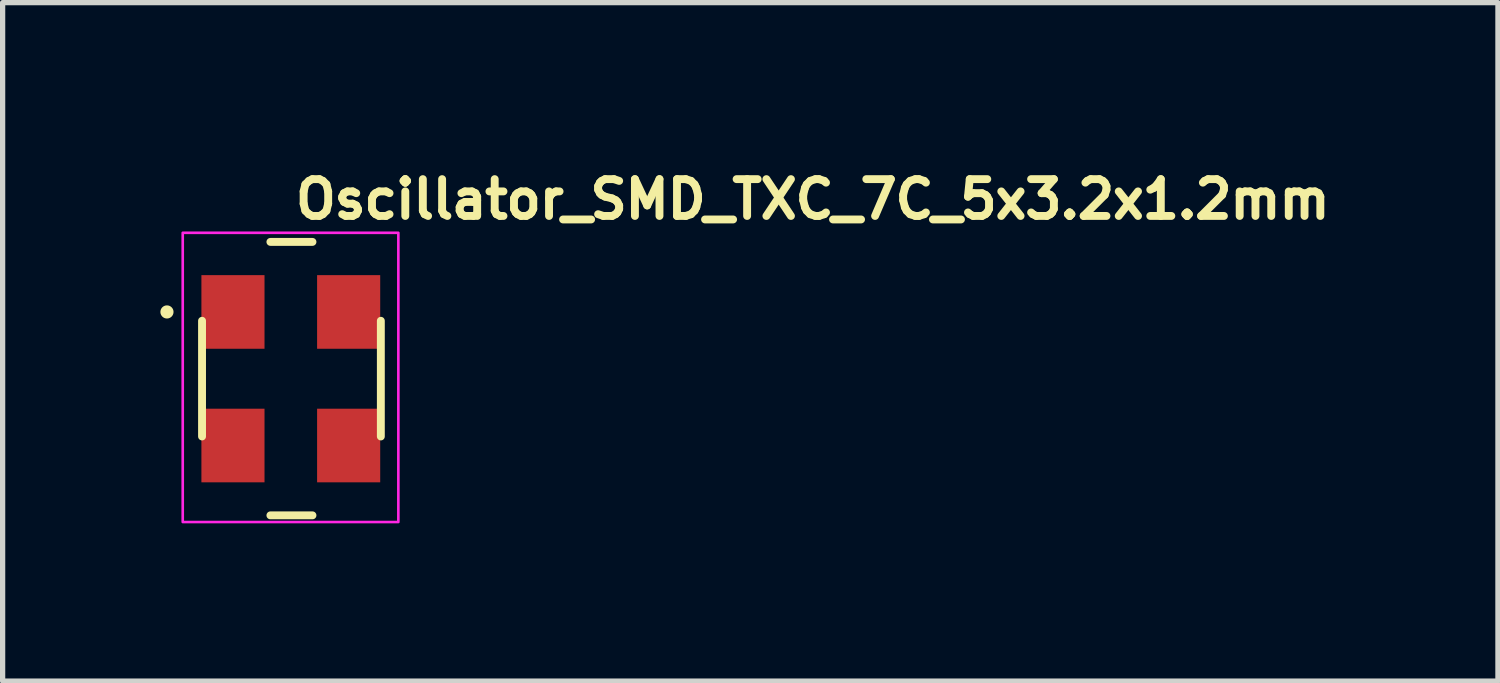
<source format=kicad_pcb>
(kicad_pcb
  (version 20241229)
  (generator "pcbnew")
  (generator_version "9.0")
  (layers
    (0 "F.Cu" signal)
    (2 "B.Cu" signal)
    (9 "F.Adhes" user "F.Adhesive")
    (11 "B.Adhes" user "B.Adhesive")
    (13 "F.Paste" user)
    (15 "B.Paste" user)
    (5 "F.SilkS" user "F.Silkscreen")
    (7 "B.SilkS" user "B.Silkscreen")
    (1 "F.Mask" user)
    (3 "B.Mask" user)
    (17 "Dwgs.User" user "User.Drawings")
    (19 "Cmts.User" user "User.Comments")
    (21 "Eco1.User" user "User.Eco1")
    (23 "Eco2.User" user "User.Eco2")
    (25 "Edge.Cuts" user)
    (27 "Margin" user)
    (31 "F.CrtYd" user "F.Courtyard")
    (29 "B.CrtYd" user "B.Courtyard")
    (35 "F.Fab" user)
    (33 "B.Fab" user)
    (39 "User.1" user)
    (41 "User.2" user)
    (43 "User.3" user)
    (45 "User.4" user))
  (footprint "Oscillator_SMD_TXC_7C_5x3.2x1.2mm"
    (layer "F.Cu")
    (at 2.465 4.127)
    (property "Reference" "Oscillator_SMD_TXC_7C_5x3.2x1.2mm" (at 0.027 -2.977 180) (layer "F.SilkS") (effects (font (size 0.7 0.7) (thickness 0.15)) (justify left bottom)))
    (attr smd)
    (fp_line (start -1.673 1.123) (end -1.673 -1.077) (stroke (width 0.15) (type solid)) (layer "F.SilkS"))
    (fp_line (start -0.373 -2.577) (end 0.427 -2.577) (stroke (width 0.15) (type solid)) (layer "F.SilkS"))
    (fp_line (start -0.373 2.623) (end 0.427 2.623) (stroke (width 0.15) (type solid)) (layer "F.SilkS"))
    (fp_line (start 1.727 1.123) (end 1.727 -1.077) (stroke (width 0.15) (type solid)) (layer "F.SilkS"))
    (fp_circle (center -2.34 -1.245) (end -2.29 -1.245) (stroke (width 0.15) (type solid)) (fill yes) (layer "F.SilkS"))
    (fp_rect (start -2.04 -2.75) (end 2.06 2.75) (stroke (width 0.05) (type solid)) (fill no) (layer "F.CrtYd"))
    (fp_rect (start -1.6 -2.5) (end 1.6 2.5) (stroke (width 0.1) (type solid)) (fill no) (layer "User.5"))
    (fp_line (start -1.6 -2.25) (end -1.586 -2.251) (stroke (width 0.02) (type solid)) (layer "User.9"))
    (fp_line (start -1.6 -1.569) (end -1.6 -2.25) (stroke (width 0.02) (type solid)) (layer "User.9"))
    (fp_line (start -1.6 -1.569) (end -1.596 -1.532) (stroke (width 0.02) (type solid)) (layer "User.9"))
    (fp_line (start -1.6 -1.569) (end -1.581 -1.377) (stroke (width 0.02) (type solid)) (layer "User.9"))
    (fp_line (start -1.6 -0.871) (end -1.6 -0.872) (stroke (width 0.02) (type solid)) (layer "User.9"))
    (fp_line (start -1.6 0.881) (end -1.6 -0.871) (stroke (width 0.02) (type solid)) (layer "User.9"))
    (fp_line (start -1.6 0.881) (end -1.588 0.998) (stroke (width 0.02) (type solid)) (layer "User.9"))
    (fp_line (start -1.6 1.579) (end -1.583 1.407) (stroke (width 0.02) (type solid)) (layer "User.9"))
    (fp_line (start -1.6 1.579) (end -1.583 1.407) (stroke (width 0.02) (type solid)) (layer "User.9"))
    (fp_line (start -1.6 2.25) (end -1.6 1.579) (stroke (width 0.02) (type solid)) (layer "User.9"))
    (fp_line (start -1.596 -1.532) (end -1.592 -1.495) (stroke (width 0.02) (type solid)) (layer "User.9"))
    (fp_line (start -1.596 -1.53) (end -1.598 -1.549) (stroke (width 0.02) (type solid)) (layer "User.9"))
    (fp_line (start -1.592 -1.496) (end -1.596 -1.53) (stroke (width 0.02) (type solid)) (layer "User.9"))
    (fp_line (start -1.592 -1.495) (end -1.588 -1.46) (stroke (width 0.02) (type solid)) (layer "User.9"))
    (fp_line (start -1.588 -1.462) (end -1.592 -1.496) (stroke (width 0.02) (type solid)) (layer "User.9"))
    (fp_line (start -1.588 -1.46) (end -1.585 -1.426) (stroke (width 0.02) (type solid)) (layer "User.9"))
    (fp_line (start -1.588 -0.988) (end -1.6 -0.871) (stroke (width 0.02) (type solid)) (layer "User.9"))
    (fp_line (start -1.588 0.998) (end -1.579 1.094) (stroke (width 0.02) (type solid)) (layer "User.9"))
    (fp_line (start -1.586 -2.251) (end -1.572 -2.252) (stroke (width 0.02) (type solid)) (layer "User.9"))
    (fp_line (start -1.586 2.25) (end -1.6 2.25) (stroke (width 0.02) (type solid)) (layer "User.9"))
    (fp_line (start -1.585 -1.43) (end -1.588 -1.462) (stroke (width 0.02) (type solid)) (layer "User.9"))
    (fp_line (start -1.585 -1.426) (end -1.582 -1.394) (stroke (width 0.02) (type solid)) (layer "User.9"))
    (fp_line (start -1.583 1.407) (end -1.6 1.579) (stroke (width 0.02) (type solid)) (layer "User.9"))
    (fp_line (start -1.583 1.407) (end -1.575 1.284) (stroke (width 0.02) (type solid)) (layer "User.9"))
    (fp_line (start -1.583 1.407) (end -1.575 1.284) (stroke (width 0.02) (type solid)) (layer "User.9"))
    (fp_line (start -1.582 -1.396) (end -1.585 -1.43) (stroke (width 0.02) (type solid)) (layer "User.9"))
    (fp_line (start -1.582 -1.394) (end -1.58 -1.362) (stroke (width 0.02) (type solid)) (layer "User.9"))
    (fp_line (start -1.581 -1.377) (end -1.576 -1.306) (stroke (width 0.02) (type solid)) (layer "User.9"))
    (fp_line (start -1.581 1.382) (end -1.6 1.579) (stroke (width 0.02) (type solid)) (layer "User.9"))
    (fp_line (start -1.58 -1.368) (end -1.58 -1.372) (stroke (width 0.02) (type solid)) (layer "User.9"))
    (fp_line (start -1.58 -1.365) (end -1.582 -1.396) (stroke (width 0.02) (type solid)) (layer "User.9"))
    (fp_line (start -1.58 -1.362) (end -1.579 -1.355) (stroke (width 0.02) (type solid)) (layer "User.9"))
    (fp_line (start -1.579 -1.357) (end -1.58 -1.365) (stroke (width 0.02) (type solid)) (layer "User.9"))
    (fp_line (start -1.579 -1.085) (end -1.588 -0.988) (stroke (width 0.02) (type solid)) (layer "User.9"))
    (fp_line (start -1.579 1.094) (end -1.575 1.174) (stroke (width 0.02) (type solid)) (layer "User.9"))
    (fp_line (start -1.578 -1.343) (end -1.577 -1.328) (stroke (width 0.02) (type solid)) (layer "User.9"))
    (fp_line (start -1.578 -1.337) (end -1.578 -1.339) (stroke (width 0.02) (type solid)) (layer "User.9"))
    (fp_line (start -1.578 -1.333) (end -1.578 -1.342) (stroke (width 0.02) (type solid)) (layer "User.9"))
    (fp_line (start -1.577 -1.328) (end -1.577 -1.316) (stroke (width 0.02) (type solid)) (layer "User.9"))
    (fp_line (start -1.577 -1.316) (end -1.578 -1.333) (stroke (width 0.02) (type solid)) (layer "User.9"))
    (fp_line (start -1.577 -1.316) (end -1.577 -1.316) (stroke (width 0.02) (type solid)) (layer "User.9"))
    (fp_line (start -1.576 -1.306) (end -1.574 -1.238) (stroke (width 0.02) (type solid)) (layer "User.9"))
    (fp_line (start -1.576 1.311) (end -1.581 1.382) (stroke (width 0.02) (type solid)) (layer "User.9"))
    (fp_line (start -1.575 -1.166) (end -1.579 -1.085) (stroke (width 0.02) (type solid)) (layer "User.9"))
    (fp_line (start -1.575 1.174) (end -1.574 1.244) (stroke (width 0.02) (type solid)) (layer "User.9"))
    (fp_line (start -1.575 1.284) (end -1.583 1.407) (stroke (width 0.02) (type solid)) (layer "User.9"))
    (fp_line (start -1.574 -1.238) (end -1.575 -1.166) (stroke (width 0.02) (type solid)) (layer "User.9"))
    (fp_line (start -1.574 1.244) (end -1.576 1.311) (stroke (width 0.02) (type solid)) (layer "User.9"))
    (fp_line (start -1.572 -2.252) (end -1.558 -2.254) (stroke (width 0.02) (type solid)) (layer "User.9"))
    (fp_line (start -1.572 2.251) (end -1.586 2.25) (stroke (width 0.02) (type solid)) (layer "User.9"))
    (fp_line (start -1.558 -2.254) (end -1.544 -2.256) (stroke (width 0.02) (type solid)) (layer "User.9"))
    (fp_line (start -1.558 2.253) (end -1.572 2.251) (stroke (width 0.02) (type solid)) (layer "User.9"))
    (fp_line (start -1.544 -2.256) (end -1.531 -2.26) (stroke (width 0.02) (type solid)) (layer "User.9"))
    (fp_line (start -1.544 2.256) (end -1.558 2.253) (stroke (width 0.02) (type solid)) (layer "User.9"))
    (fp_line (start -1.531 -2.26) (end -1.517 -2.264) (stroke (width 0.02) (type solid)) (layer "User.9"))
    (fp_line (start -1.531 2.26) (end -1.544 2.256) (stroke (width 0.02) (type solid)) (layer "User.9"))
    (fp_line (start -1.517 -2.264) (end -1.504 -2.269) (stroke (width 0.02) (type solid)) (layer "User.9"))
    (fp_line (start -1.517 2.264) (end -1.531 2.26) (stroke (width 0.02) (type solid)) (layer "User.9"))
    (fp_line (start -1.504 -2.269) (end -1.491 -2.275) (stroke (width 0.02) (type solid)) (layer "User.9"))
    (fp_line (start -1.504 2.269) (end -1.517 2.264) (stroke (width 0.02) (type solid)) (layer "User.9"))
    (fp_line (start -1.491 -2.275) (end -1.479 -2.281) (stroke (width 0.02) (type solid)) (layer "User.9"))
    (fp_line (start -1.491 2.275) (end -1.504 2.269) (stroke (width 0.02) (type solid)) (layer "User.9"))
    (fp_line (start -1.479 -2.281) (end -1.467 -2.289) (stroke (width 0.02) (type solid)) (layer "User.9"))
    (fp_line (start -1.479 2.281) (end -1.491 2.275) (stroke (width 0.02) (type solid)) (layer "User.9"))
    (fp_line (start -1.467 -2.289) (end -1.455 -2.296) (stroke (width 0.02) (type solid)) (layer "User.9"))
    (fp_line (start -1.467 2.288) (end -1.479 2.281) (stroke (width 0.02) (type solid)) (layer "User.9"))
    (fp_line (start -1.455 -2.296) (end -1.444 -2.305) (stroke (width 0.02) (type solid)) (layer "User.9"))
    (fp_line (start -1.455 2.296) (end -1.467 2.288) (stroke (width 0.02) (type solid)) (layer "User.9"))
    (fp_line (start -1.444 -2.305) (end -1.433 -2.314) (stroke (width 0.02) (type solid)) (layer "User.9"))
    (fp_line (start -1.444 2.304) (end -1.455 2.296) (stroke (width 0.02) (type solid)) (layer "User.9"))
    (fp_line (start -1.433 -2.314) (end -1.423 -2.323) (stroke (width 0.02) (type solid)) (layer "User.9"))
    (fp_line (start -1.433 2.313) (end -1.444 2.304) (stroke (width 0.02) (type solid)) (layer "User.9"))
    (fp_line (start -1.423 -2.323) (end -1.413 -2.334) (stroke (width 0.02) (type solid)) (layer "User.9"))
    (fp_line (start -1.423 2.323) (end -1.433 2.313) (stroke (width 0.02) (type solid)) (layer "User.9"))
    (fp_line (start -1.413 -2.334) (end -1.404 -2.344) (stroke (width 0.02) (type solid)) (layer "User.9"))
    (fp_line (start -1.413 2.333) (end -1.423 2.323) (stroke (width 0.02) (type solid)) (layer "User.9"))
    (fp_line (start -1.404 -2.344) (end -1.396 -2.356) (stroke (width 0.02) (type solid)) (layer "User.9"))
    (fp_line (start -1.404 2.344) (end -1.413 2.333) (stroke (width 0.02) (type solid)) (layer "User.9"))
    (fp_line (start -1.396 -2.356) (end -1.388 -2.367) (stroke (width 0.02) (type solid)) (layer "User.9"))
    (fp_line (start -1.396 2.355) (end -1.404 2.344) (stroke (width 0.02) (type solid)) (layer "User.9"))
    (fp_line (start -1.388 -2.367) (end -1.381 -2.379) (stroke (width 0.02) (type solid)) (layer "User.9"))
    (fp_line (start -1.388 2.367) (end -1.396 2.355) (stroke (width 0.02) (type solid)) (layer "User.9"))
    (fp_line (start -1.381 -2.379) (end -1.375 -2.392) (stroke (width 0.02) (type solid)) (layer "User.9"))
    (fp_line (start -1.381 2.379) (end -1.388 2.367) (stroke (width 0.02) (type solid)) (layer "User.9"))
    (fp_line (start -1.375 -2.392) (end -1.369 -2.405) (stroke (width 0.02) (type solid)) (layer "User.9"))
    (fp_line (start -1.375 2.391) (end -1.381 2.379) (stroke (width 0.02) (type solid)) (layer "User.9"))
    (fp_line (start -1.369 -2.405) (end -1.364 -2.418) (stroke (width 0.02) (type solid)) (layer "User.9"))
    (fp_line (start -1.369 2.404) (end -1.375 2.391) (stroke (width 0.02) (type solid)) (layer "User.9"))
    (fp_line (start -1.364 -2.418) (end -1.36 -2.431) (stroke (width 0.02) (type solid)) (layer "User.9"))
    (fp_line (start -1.364 2.417) (end -1.369 2.404) (stroke (width 0.02) (type solid)) (layer "User.9"))
    (fp_line (start -1.36 -2.431) (end -1.356 -2.445) (stroke (width 0.02) (type solid)) (layer "User.9"))
    (fp_line (start -1.36 2.431) (end -1.364 2.417) (stroke (width 0.02) (type solid)) (layer "User.9"))
    (fp_line (start -1.356 -2.445) (end -1.353 -2.458) (stroke (width 0.02) (type solid)) (layer "User.9"))
    (fp_line (start -1.356 2.444) (end -1.36 2.431) (stroke (width 0.02) (type solid)) (layer "User.9"))
    (fp_line (start -1.353 -2.458) (end -1.351 -2.472) (stroke (width 0.02) (type solid)) (layer "User.9"))
    (fp_line (start -1.353 2.458) (end -1.356 2.444) (stroke (width 0.02) (type solid)) (layer "User.9"))
    (fp_line (start -1.351 -2.472) (end -1.35 -2.486) (stroke (width 0.02) (type solid)) (layer "User.9"))
    (fp_line (start -1.351 2.472) (end -1.353 2.458) (stroke (width 0.02) (type solid)) (layer "User.9"))
    (fp_line (start -1.35 -2.5) (end 1.35 -2.5) (stroke (width 0.02) (type solid)) (layer "User.9"))
    (fp_line (start -1.35 -2.486) (end -1.35 -2.5) (stroke (width 0.02) (type solid)) (layer "User.9"))
    (fp_line (start -1.35 -2.25) (end -1.423 -2.323) (stroke (width 0.02) (type solid)) (layer "User.9"))
    (fp_line (start -1.35 -2.25) (end -1.35 2.25) (stroke (width 0.02) (type solid)) (layer "User.9"))
    (fp_line (start -1.35 2.25) (end -1.423 2.323) (stroke (width 0.02) (type solid)) (layer "User.9"))
    (fp_line (start -1.35 2.25) (end 1.35 2.25) (stroke (width 0.02) (type solid)) (layer "User.9"))
    (fp_line (start -1.35 2.486) (end -1.351 2.472) (stroke (width 0.02) (type solid)) (layer "User.9"))
    (fp_line (start -1.35 2.5) (end -1.35 2.486) (stroke (width 0.02) (type solid)) (layer "User.9"))
    (fp_line (start 1.35 -2.5) (end 1.351 -2.486) (stroke (width 0.02) (type solid)) (layer "User.9"))
    (fp_line (start 1.35 -2.25) (end -1.35 -2.25) (stroke (width 0.02) (type solid)) (layer "User.9"))
    (fp_line (start 1.35 2.25) (end 1.35 -2.25) (stroke (width 0.02) (type solid)) (layer "User.9"))
    (fp_line (start 1.35 2.5) (end -1.35 2.5) (stroke (width 0.02) (type solid)) (layer "User.9"))
    (fp_line (start 1.351 -2.486) (end 1.352 -2.472) (stroke (width 0.02) (type solid)) (layer "User.9"))
    (fp_line (start 1.351 2.486) (end 1.35 2.5) (stroke (width 0.02) (type solid)) (layer "User.9"))
    (fp_line (start 1.352 -2.472) (end 1.354 -2.458) (stroke (width 0.02) (type solid)) (layer "User.9"))
    (fp_line (start 1.352 2.472) (end 1.351 2.486) (stroke (width 0.02) (type solid)) (layer "User.9"))
    (fp_line (start 1.354 -2.458) (end 1.356 -2.445) (stroke (width 0.02) (type solid)) (layer "User.9"))
    (fp_line (start 1.354 2.458) (end 1.352 2.472) (stroke (width 0.02) (type solid)) (layer "User.9"))
    (fp_line (start 1.356 -2.445) (end 1.36 -2.431) (stroke (width 0.02) (type solid)) (layer "User.9"))
    (fp_line (start 1.356 2.444) (end 1.354 2.458) (stroke (width 0.02) (type solid)) (layer "User.9"))
    (fp_line (start 1.36 -2.431) (end 1.364 -2.418) (stroke (width 0.02) (type solid)) (layer "User.9"))
    (fp_line (start 1.36 2.431) (end 1.356 2.444) (stroke (width 0.02) (type solid)) (layer "User.9"))
    (fp_line (start 1.364 -2.418) (end 1.369 -2.405) (stroke (width 0.02) (type solid)) (layer "User.9"))
    (fp_line (start 1.364 2.417) (end 1.36 2.431) (stroke (width 0.02) (type solid)) (layer "User.9"))
    (fp_line (start 1.369 -2.405) (end 1.375 -2.392) (stroke (width 0.02) (type solid)) (layer "User.9"))
    (fp_line (start 1.369 2.404) (end 1.364 2.417) (stroke (width 0.02) (type solid)) (layer "User.9"))
    (fp_line (start 1.375 -2.392) (end 1.381 -2.379) (stroke (width 0.02) (type solid)) (layer "User.9"))
    (fp_line (start 1.375 2.391) (end 1.369 2.404) (stroke (width 0.02) (type solid)) (layer "User.9"))
    (fp_line (start 1.381 -2.379) (end 1.388 -2.367) (stroke (width 0.02) (type solid)) (layer "User.9"))
    (fp_line (start 1.381 2.379) (end 1.375 2.391) (stroke (width 0.02) (type solid)) (layer "User.9"))
    (fp_line (start 1.388 -2.367) (end 1.396 -2.356) (stroke (width 0.02) (type solid)) (layer "User.9"))
    (fp_line (start 1.388 2.367) (end 1.381 2.379) (stroke (width 0.02) (type solid)) (layer "User.9"))
    (fp_line (start 1.396 -2.356) (end 1.405 -2.344) (stroke (width 0.02) (type solid)) (layer "User.9"))
    (fp_line (start 1.396 2.355) (end 1.388 2.367) (stroke (width 0.02) (type solid)) (layer "User.9"))
    (fp_line (start 1.405 -2.344) (end 1.414 -2.334) (stroke (width 0.02) (type solid)) (layer "User.9"))
    (fp_line (start 1.405 2.344) (end 1.396 2.355) (stroke (width 0.02) (type solid)) (layer "User.9"))
    (fp_line (start 1.414 -2.334) (end 1.423 -2.323) (stroke (width 0.02) (type solid)) (layer "User.9"))
    (fp_line (start 1.414 2.333) (end 1.405 2.344) (stroke (width 0.02) (type solid)) (layer "User.9"))
    (fp_line (start 1.423 -2.323) (end 1.35 -2.25) (stroke (width 0.02) (type solid)) (layer "User.9"))
    (fp_line (start 1.423 -2.323) (end 1.434 -2.314) (stroke (width 0.02) (type solid)) (layer "User.9"))
    (fp_line (start 1.423 2.323) (end 1.35 2.25) (stroke (width 0.02) (type solid)) (layer "User.9"))
    (fp_line (start 1.423 2.323) (end 1.414 2.333) (stroke (width 0.02) (type solid)) (layer "User.9"))
    (fp_line (start 1.434 -2.314) (end 1.444 -2.305) (stroke (width 0.02) (type solid)) (layer "User.9"))
    (fp_line (start 1.434 2.313) (end 1.423 2.323) (stroke (width 0.02) (type solid)) (layer "User.9"))
    (fp_line (start 1.444 -2.305) (end 1.455 -2.296) (stroke (width 0.02) (type solid)) (layer "User.9"))
    (fp_line (start 1.444 2.304) (end 1.434 2.313) (stroke (width 0.02) (type solid)) (layer "User.9"))
    (fp_line (start 1.455 -2.296) (end 1.467 -2.289) (stroke (width 0.02) (type solid)) (layer "User.9"))
    (fp_line (start 1.455 2.296) (end 1.444 2.304) (stroke (width 0.02) (type solid)) (layer "User.9"))
    (fp_line (start 1.467 -2.289) (end 1.479 -2.281) (stroke (width 0.02) (type solid)) (layer "User.9"))
    (fp_line (start 1.467 2.288) (end 1.455 2.296) (stroke (width 0.02) (type solid)) (layer "User.9"))
    (fp_line (start 1.479 -2.281) (end 1.492 -2.275) (stroke (width 0.02) (type solid)) (layer "User.9"))
    (fp_line (start 1.479 2.281) (end 1.467 2.288) (stroke (width 0.02) (type solid)) (layer "User.9"))
    (fp_line (start 1.492 -2.275) (end 1.504 -2.269) (stroke (width 0.02) (type solid)) (layer "User.9"))
    (fp_line (start 1.492 2.275) (end 1.479 2.281) (stroke (width 0.02) (type solid)) (layer "User.9"))
    (fp_line (start 1.504 -2.269) (end 1.518 -2.264) (stroke (width 0.02) (type solid)) (layer "User.9"))
    (fp_line (start 1.504 2.269) (end 1.492 2.275) (stroke (width 0.02) (type solid)) (layer "User.9"))
    (fp_line (start 1.518 -2.264) (end 1.531 -2.26) (stroke (width 0.02) (type solid)) (layer "User.9"))
    (fp_line (start 1.518 2.264) (end 1.504 2.269) (stroke (width 0.02) (type solid)) (layer "User.9"))
    (fp_line (start 1.531 -2.26) (end 1.545 -2.256) (stroke (width 0.02) (type solid)) (layer "User.9"))
    (fp_line (start 1.531 2.26) (end 1.518 2.264) (stroke (width 0.02) (type solid)) (layer "User.9"))
    (fp_line (start 1.545 -2.256) (end 1.558 -2.254) (stroke (width 0.02) (type solid)) (layer "User.9"))
    (fp_line (start 1.545 2.256) (end 1.531 2.26) (stroke (width 0.02) (type solid)) (layer "User.9"))
    (fp_line (start 1.558 -2.254) (end 1.572 -2.252) (stroke (width 0.02) (type solid)) (layer "User.9"))
    (fp_line (start 1.558 2.253) (end 1.545 2.256) (stroke (width 0.02) (type solid)) (layer "User.9"))
    (fp_line (start 1.572 -2.252) (end 1.586 -2.251) (stroke (width 0.02) (type solid)) (layer "User.9"))
    (fp_line (start 1.572 2.251) (end 1.558 2.253) (stroke (width 0.02) (type solid)) (layer "User.9"))
    (fp_line (start 1.574 -1.23) (end 1.575 -1.268) (stroke (width 0.02) (type solid)) (layer "User.9"))
    (fp_line (start 1.574 -1.23) (end 1.575 -1.268) (stroke (width 0.02) (type solid)) (layer "User.9"))
    (fp_line (start 1.574 1.22) (end 1.575 1.182) (stroke (width 0.02) (type solid)) (layer "User.9"))
    (fp_line (start 1.575 -1.274) (end 1.58 -1.355) (stroke (width 0.02) (type solid)) (layer "User.9"))
    (fp_line (start 1.575 -1.268) (end 1.576 -1.301) (stroke (width 0.02) (type solid)) (layer "User.9"))
    (fp_line (start 1.575 -1.268) (end 1.576 -1.301) (stroke (width 0.02) (type solid)) (layer "User.9"))
    (fp_line (start 1.575 -1.202) (end 1.575 -1.274) (stroke (width 0.02) (type solid)) (layer "User.9"))
    (fp_line (start 1.575 -1.182) (end 1.574 -1.23) (stroke (width 0.02) (type solid)) (layer "User.9"))
    (fp_line (start 1.575 -1.182) (end 1.574 -1.23) (stroke (width 0.02) (type solid)) (layer "User.9"))
    (fp_line (start 1.575 1.176) (end 1.58 1.095) (stroke (width 0.02) (type solid)) (layer "User.9"))
    (fp_line (start 1.575 1.182) (end 1.576 1.149) (stroke (width 0.02) (type solid)) (layer "User.9"))
    (fp_line (start 1.575 1.248) (end 1.575 1.176) (stroke (width 0.02) (type solid)) (layer "User.9"))
    (fp_line (start 1.575 1.268) (end 1.574 1.22) (stroke (width 0.02) (type solid)) (layer "User.9"))
    (fp_line (start 1.576 -1.301) (end 1.578 -1.333) (stroke (width 0.02) (type solid)) (layer "User.9"))
    (fp_line (start 1.576 -1.301) (end 1.578 -1.333) (stroke (width 0.02) (type solid)) (layer "User.9"))
    (fp_line (start 1.576 -1.146) (end 1.575 -1.182) (stroke (width 0.02) (type solid)) (layer "User.9"))
    (fp_line (start 1.576 -1.146) (end 1.575 -1.182) (stroke (width 0.02) (type solid)) (layer "User.9"))
    (fp_line (start 1.576 1.149) (end 1.578 1.117) (stroke (width 0.02) (type solid)) (layer "User.9"))
    (fp_line (start 1.576 1.304) (end 1.575 1.268) (stroke (width 0.02) (type solid)) (layer "User.9"))
    (fp_line (start 1.577 -1.134) (end 1.575 -1.202) (stroke (width 0.02) (type solid)) (layer "User.9"))
    (fp_line (start 1.577 -1.126) (end 1.577 -1.124) (stroke (width 0.02) (type solid)) (layer "User.9"))
    (fp_line (start 1.577 -1.126) (end 1.577 -1.124) (stroke (width 0.02) (type solid)) (layer "User.9"))
    (fp_line (start 1.577 -1.126) (end 1.578 -1.107) (stroke (width 0.02) (type solid)) (layer "User.9"))
    (fp_line (start 1.577 1.316) (end 1.575 1.248) (stroke (width 0.02) (type solid)) (layer "User.9"))
    (fp_line (start 1.577 1.324) (end 1.577 1.326) (stroke (width 0.02) (type solid)) (layer "User.9"))
    (fp_line (start 1.577 1.324) (end 1.578 1.343) (stroke (width 0.02) (type solid)) (layer "User.9"))
    (fp_line (start 1.578 -1.333) (end 1.58 -1.365) (stroke (width 0.02) (type solid)) (layer "User.9"))
    (fp_line (start 1.578 -1.333) (end 1.58 -1.365) (stroke (width 0.02) (type solid)) (layer "User.9"))
    (fp_line (start 1.578 -1.112) (end 1.576 -1.146) (stroke (width 0.02) (type solid)) (layer "User.9"))
    (fp_line (start 1.578 -1.112) (end 1.576 -1.146) (stroke (width 0.02) (type solid)) (layer "User.9"))
    (fp_line (start 1.578 -1.107) (end 1.579 -1.098) (stroke (width 0.02) (type solid)) (layer "User.9"))
    (fp_line (start 1.578 -1.103) (end 1.578 -1.101) (stroke (width 0.02) (type solid)) (layer "User.9"))
    (fp_line (start 1.578 -1.103) (end 1.578 -1.101) (stroke (width 0.02) (type solid)) (layer "User.9"))
    (fp_line (start 1.578 1.117) (end 1.58 1.085) (stroke (width 0.02) (type solid)) (layer "User.9"))
    (fp_line (start 1.578 1.338) (end 1.576 1.304) (stroke (width 0.02) (type solid)) (layer "User.9"))
    (fp_line (start 1.578 1.343) (end 1.579 1.352) (stroke (width 0.02) (type solid)) (layer "User.9"))
    (fp_line (start 1.578 1.347) (end 1.578 1.349) (stroke (width 0.02) (type solid)) (layer "User.9"))
    (fp_line (start 1.579 -1.096) (end 1.578 -1.112) (stroke (width 0.02) (type solid)) (layer "User.9"))
    (fp_line (start 1.579 -1.096) (end 1.578 -1.112) (stroke (width 0.02) (type solid)) (layer "User.9"))
    (fp_line (start 1.579 1.354) (end 1.578 1.338) (stroke (width 0.02) (type solid)) (layer "User.9"))
    (fp_line (start 1.58 -1.365) (end 1.583 -1.396) (stroke (width 0.02) (type solid)) (layer "User.9"))
    (fp_line (start 1.58 -1.365) (end 1.583 -1.396) (stroke (width 0.02) (type solid)) (layer "User.9"))
    (fp_line (start 1.58 -1.355) (end 1.588 -1.452) (stroke (width 0.02) (type solid)) (layer "User.9"))
    (fp_line (start 1.58 -1.083) (end 1.58 -1.076) (stroke (width 0.02) (type solid)) (layer "User.9"))
    (fp_line (start 1.58 -1.079) (end 1.579 -1.088) (stroke (width 0.02) (type solid)) (layer "User.9"))
    (fp_line (start 1.58 -1.079) (end 1.579 -1.088) (stroke (width 0.02) (type solid)) (layer "User.9"))
    (fp_line (start 1.58 -1.076) (end 1.583 -1.044) (stroke (width 0.02) (type solid)) (layer "User.9"))
    (fp_line (start 1.58 1.085) (end 1.583 1.054) (stroke (width 0.02) (type solid)) (layer "User.9"))
    (fp_line (start 1.58 1.095) (end 1.588 0.998) (stroke (width 0.02) (type solid)) (layer "User.9"))
    (fp_line (start 1.58 1.367) (end 1.58 1.374) (stroke (width 0.02) (type solid)) (layer "User.9"))
    (fp_line (start 1.58 1.371) (end 1.579 1.362) (stroke (width 0.02) (type solid)) (layer "User.9"))
    (fp_line (start 1.58 1.374) (end 1.583 1.406) (stroke (width 0.02) (type solid)) (layer "User.9"))
    (fp_line (start 1.58 1.378) (end 1.581 1.381) (stroke (width 0.02) (type solid)) (layer "User.9"))
    (fp_line (start 1.581 -1.071) (end 1.581 -1.069) (stroke (width 0.02) (type solid)) (layer "User.9"))
    (fp_line (start 1.581 -1.071) (end 1.581 -1.069) (stroke (width 0.02) (type solid)) (layer "User.9"))
    (fp_line (start 1.581 -1.063) (end 1.577 -1.134) (stroke (width 0.02) (type solid)) (layer "User.9"))
    (fp_line (start 1.581 1.387) (end 1.577 1.316) (stroke (width 0.02) (type solid)) (layer "User.9"))
    (fp_line (start 1.582 -1.047) (end 1.58 -1.079) (stroke (width 0.02) (type solid)) (layer "User.9"))
    (fp_line (start 1.582 -1.047) (end 1.58 -1.079) (stroke (width 0.02) (type solid)) (layer "User.9"))
    (fp_line (start 1.582 1.403) (end 1.58 1.371) (stroke (width 0.02) (type solid)) (layer "User.9"))
    (fp_line (start 1.583 -1.396) (end 1.586 -1.43) (stroke (width 0.02) (type solid)) (layer "User.9"))
    (fp_line (start 1.583 -1.396) (end 1.586 -1.43) (stroke (width 0.02) (type solid)) (layer "User.9"))
    (fp_line (start 1.583 -1.044) (end 1.586 -1.01) (stroke (width 0.02) (type solid)) (layer "User.9"))
    (fp_line (start 1.583 -1.04) (end 1.583 -1.037) (stroke (width 0.02) (type solid)) (layer "User.9"))
    (fp_line (start 1.583 -1.04) (end 1.583 -1.037) (stroke (width 0.02) (type solid)) (layer "User.9"))
    (fp_line (start 1.583 1.054) (end 1.586 1.02) (stroke (width 0.02) (type solid)) (layer "User.9"))
    (fp_line (start 1.583 1.406) (end 1.586 1.44) (stroke (width 0.02) (type solid)) (layer "User.9"))
    (fp_line (start 1.585 -1.014) (end 1.582 -1.047) (stroke (width 0.02) (type solid)) (layer "User.9"))
    (fp_line (start 1.585 -1.014) (end 1.582 -1.047) (stroke (width 0.02) (type solid)) (layer "User.9"))
    (fp_line (start 1.585 1.436) (end 1.582 1.403) (stroke (width 0.02) (type solid)) (layer "User.9"))
    (fp_line (start 1.586 -2.251) (end 1.6 -2.25) (stroke (width 0.02) (type solid)) (layer "User.9"))
    (fp_line (start 1.586 -1.43) (end 1.589 -1.462) (stroke (width 0.02) (type solid)) (layer "User.9"))
    (fp_line (start 1.586 -1.43) (end 1.589 -1.462) (stroke (width 0.02) (type solid)) (layer "User.9"))
    (fp_line (start 1.586 -1.01) (end 1.589 -0.978) (stroke (width 0.02) (type solid)) (layer "User.9"))
    (fp_line (start 1.586 -1.007) (end 1.587 -1.001) (stroke (width 0.02) (type solid)) (layer "User.9"))
    (fp_line (start 1.586 -1.007) (end 1.587 -1.001) (stroke (width 0.02) (type solid)) (layer "User.9"))
    (fp_line (start 1.586 1.02) (end 1.589 0.988) (stroke (width 0.02) (type solid)) (layer "User.9"))
    (fp_line (start 1.586 1.44) (end 1.589 1.472) (stroke (width 0.02) (type solid)) (layer "User.9"))
    (fp_line (start 1.586 2.25) (end 1.572 2.251) (stroke (width 0.02) (type solid)) (layer "User.9"))
    (fp_line (start 1.588 -1.452) (end 1.6 -1.569) (stroke (width 0.02) (type solid)) (layer "User.9"))
    (fp_line (start 1.588 0.998) (end 1.6 0.881) (stroke (width 0.02) (type solid)) (layer "User.9"))
    (fp_line (start 1.589 -1.462) (end 1.592 -1.496) (stroke (width 0.02) (type solid)) (layer "User.9"))
    (fp_line (start 1.589 -1.462) (end 1.592 -1.496) (stroke (width 0.02) (type solid)) (layer "User.9"))
    (fp_line (start 1.589 -0.98) (end 1.585 -1.014) (stroke (width 0.02) (type solid)) (layer "User.9"))
    (fp_line (start 1.589 -0.98) (end 1.585 -1.014) (stroke (width 0.02) (type solid)) (layer "User.9"))
    (fp_line (start 1.589 -0.978) (end 1.592 -0.945) (stroke (width 0.02) (type solid)) (layer "User.9"))
    (fp_line (start 1.589 0.988) (end 1.592 0.954) (stroke (width 0.02) (type solid)) (layer "User.9"))
    (fp_line (start 1.589 1.47) (end 1.585 1.436) (stroke (width 0.02) (type solid)) (layer "User.9"))
    (fp_line (start 1.589 1.472) (end 1.592 1.505) (stroke (width 0.02) (type solid)) (layer "User.9"))
    (fp_line (start 1.592 -1.496) (end 1.596 -1.53) (stroke (width 0.02) (type solid)) (layer "User.9"))
    (fp_line (start 1.592 -1.496) (end 1.596 -1.53) (stroke (width 0.02) (type solid)) (layer "User.9"))
    (fp_line (start 1.592 -0.945) (end 1.589 -0.98) (stroke (width 0.02) (type solid)) (layer "User.9"))
    (fp_line (start 1.592 -0.945) (end 1.589 -0.98) (stroke (width 0.02) (type solid)) (layer "User.9"))
    (fp_line (start 1.592 -0.945) (end 1.596 -0.911) (stroke (width 0.02) (type solid)) (layer "User.9"))
    (fp_line (start 1.592 0.954) (end 1.596 0.92) (stroke (width 0.02) (type solid)) (layer "User.9"))
    (fp_line (start 1.592 1.505) (end 1.589 1.47) (stroke (width 0.02) (type solid)) (layer "User.9"))
    (fp_line (start 1.592 1.505) (end 1.596 1.539) (stroke (width 0.02) (type solid)) (layer "User.9"))
    (fp_line (start 1.596 -1.53) (end 1.6 -1.567) (stroke (width 0.02) (type solid)) (layer "User.9"))
    (fp_line (start 1.596 -1.53) (end 1.6 -1.567) (stroke (width 0.02) (type solid)) (layer "User.9"))
    (fp_line (start 1.596 -0.911) (end 1.598 -0.891) (stroke (width 0.02) (type solid)) (layer "User.9"))
    (fp_line (start 1.596 -0.908) (end 1.592 -0.945) (stroke (width 0.02) (type solid)) (layer "User.9"))
    (fp_line (start 1.596 -0.908) (end 1.592 -0.945) (stroke (width 0.02) (type solid)) (layer "User.9"))
    (fp_line (start 1.596 0.92) (end 1.6 0.883) (stroke (width 0.02) (type solid)) (layer "User.9"))
    (fp_line (start 1.596 1.539) (end 1.598 1.559) (stroke (width 0.02) (type solid)) (layer "User.9"))
    (fp_line (start 1.596 1.542) (end 1.592 1.505) (stroke (width 0.02) (type solid)) (layer "User.9"))
    (fp_line (start 1.6 -2.25) (end 1.6 -1.569) (stroke (width 0.02) (type solid)) (layer "User.9"))
    (fp_line (start 1.6 -1.567) (end 1.6 -1.569) (stroke (width 0.02) (type solid)) (layer "User.9"))
    (fp_line (start 1.6 -1.567) (end 1.6 -1.569) (stroke (width 0.02) (type solid)) (layer "User.9"))
    (fp_line (start 1.6 -0.871) (end 1.581 -1.063) (stroke (width 0.02) (type solid)) (layer "User.9"))
    (fp_line (start 1.6 -0.871) (end 1.596 -0.908) (stroke (width 0.02) (type solid)) (layer "User.9"))
    (fp_line (start 1.6 -0.871) (end 1.596 -0.908) (stroke (width 0.02) (type solid)) (layer "User.9"))
    (fp_line (start 1.6 -0.871) (end 1.6 0.881) (stroke (width 0.02) (type solid)) (layer "User.9"))
    (fp_line (start 1.6 0.883) (end 1.6 0.881) (stroke (width 0.02) (type solid)) (layer "User.9"))
    (fp_line (start 1.6 1.579) (end 1.581 1.387) (stroke (width 0.02) (type solid)) (layer "User.9"))
    (fp_line (start 1.6 1.579) (end 1.596 1.542) (stroke (width 0.02) (type solid)) (layer "User.9"))
    (fp_line (start 1.6 1.579) (end 1.6 2.25) (stroke (width 0.02) (type solid)) (layer "User.9"))
    (fp_line (start 1.6 2.25) (end 1.586 2.25) (stroke (width 0.02) (type solid)) (layer "User.9"))
    (pad "1" smd rect (at -1.085 -1.245 270) (size 1.4 1.2) (layers "F.Cu" "F.Mask" "F.Paste"))
    (pad "2" smd rect (at -1.085 1.295 270) (size 1.4 1.2) (layers "F.Cu" "F.Mask" "F.Paste"))
    (pad "3" smd rect (at 1.115 1.295 270) (size 1.4 1.2) (layers "F.Cu" "F.Mask" "F.Paste"))
    (pad "4" smd rect (at 1.115 -1.245 270) (size 1.4 1.2) (layers "F.Cu" "F.Mask" "F.Paste")))
  (gr_rect
    (start -3 -3)
    (end 25.435 9.902)
    (stroke (width 0.1) (type default))
    (fill no)
    (layer "Edge.Cuts")))
</source>
